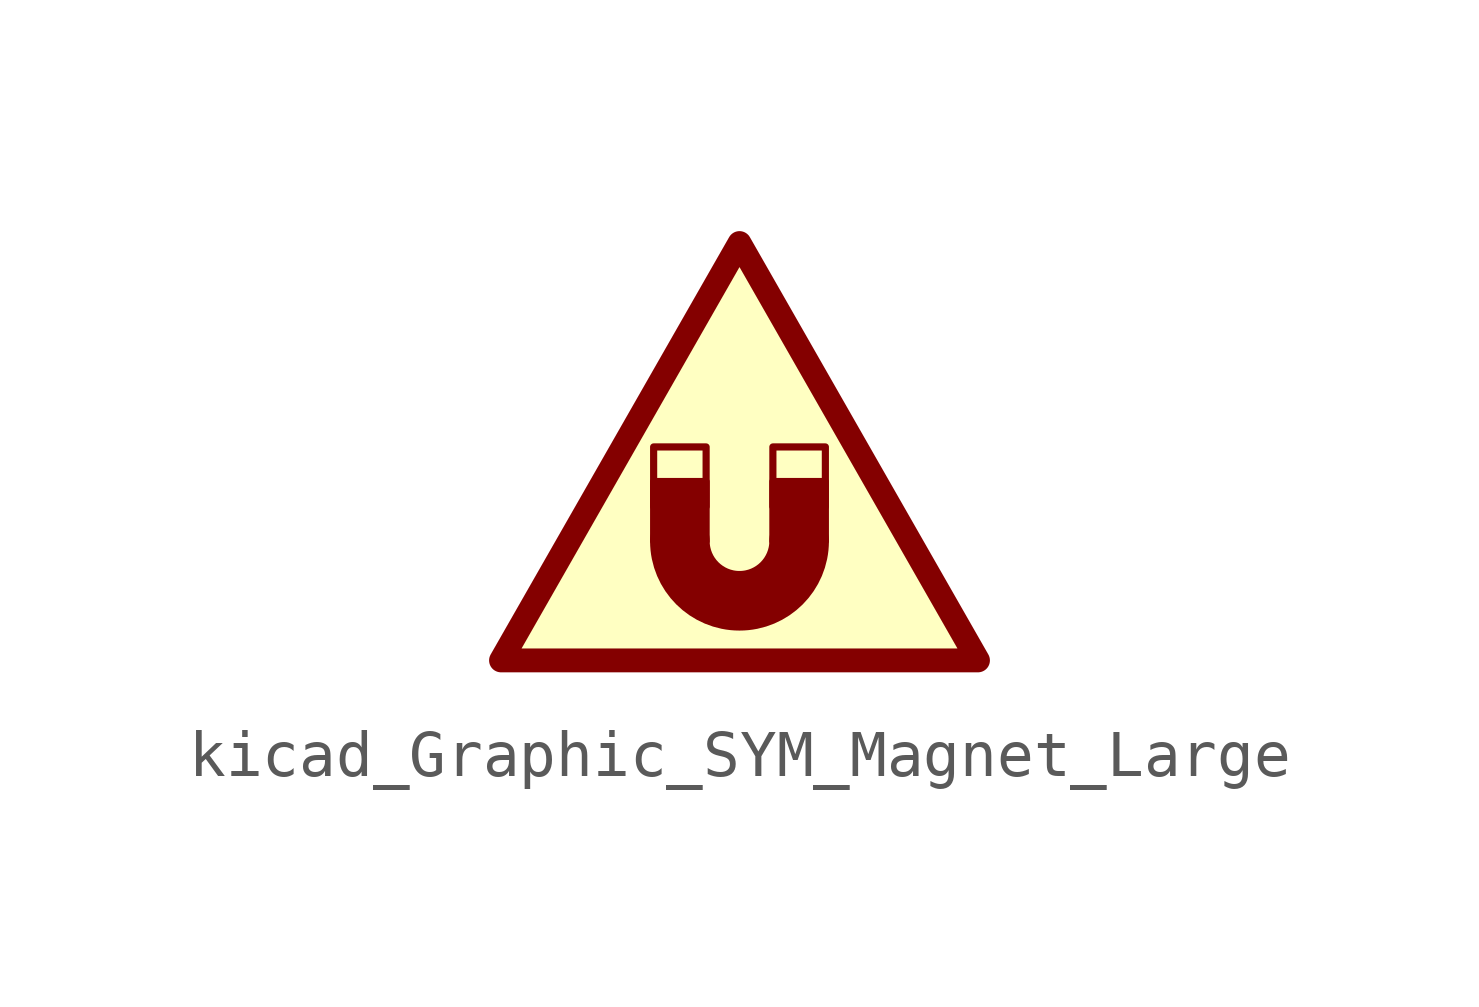
<source format=kicad_sym>
(kicad_symbol_lib
  (version 20220914)
  (generator kicad_symbol_editor)
  (symbol "kicad_Graphic_SYM_Magnet_Large"
    (property "Reference" "#SYM"
      (at 0 5.08 0)
      (effects (font (size 1.27 1.27)) hide))
    (symbol "kicad_Graphic_SYM_Magnet_Large_0_1"
      (rectangle (start -1.829 -1.27) (end -0.711 -2.54) (stroke (width 0) (type default)) (fill (type outline)))
      (rectangle (start -1.829 -0.533) (end -0.711 -1.803) (stroke (width 0) (type default)) (fill (type background)))
      (arc (start -1.27 -2.54) (mid 0 -3.8045) (end 1.27 -2.54) (stroke (width 1.27) (type default)) (fill (type none)))
      (polyline (pts (xy -5.08 -5.08) (xy 5.08 -5.08) (xy 0 3.81) (xy -5.08 -5.08)) (stroke (width 0.508) (type default)) (fill (type background)))
      (rectangle (start 0.711 -1.27) (end 1.829 -2.54) (stroke (width 0) (type default)) (fill (type outline)))
      (rectangle (start 0.711 -0.533) (end 1.829 -1.803) (stroke (width 0) (type default)) (fill (type background))))))
</source>
